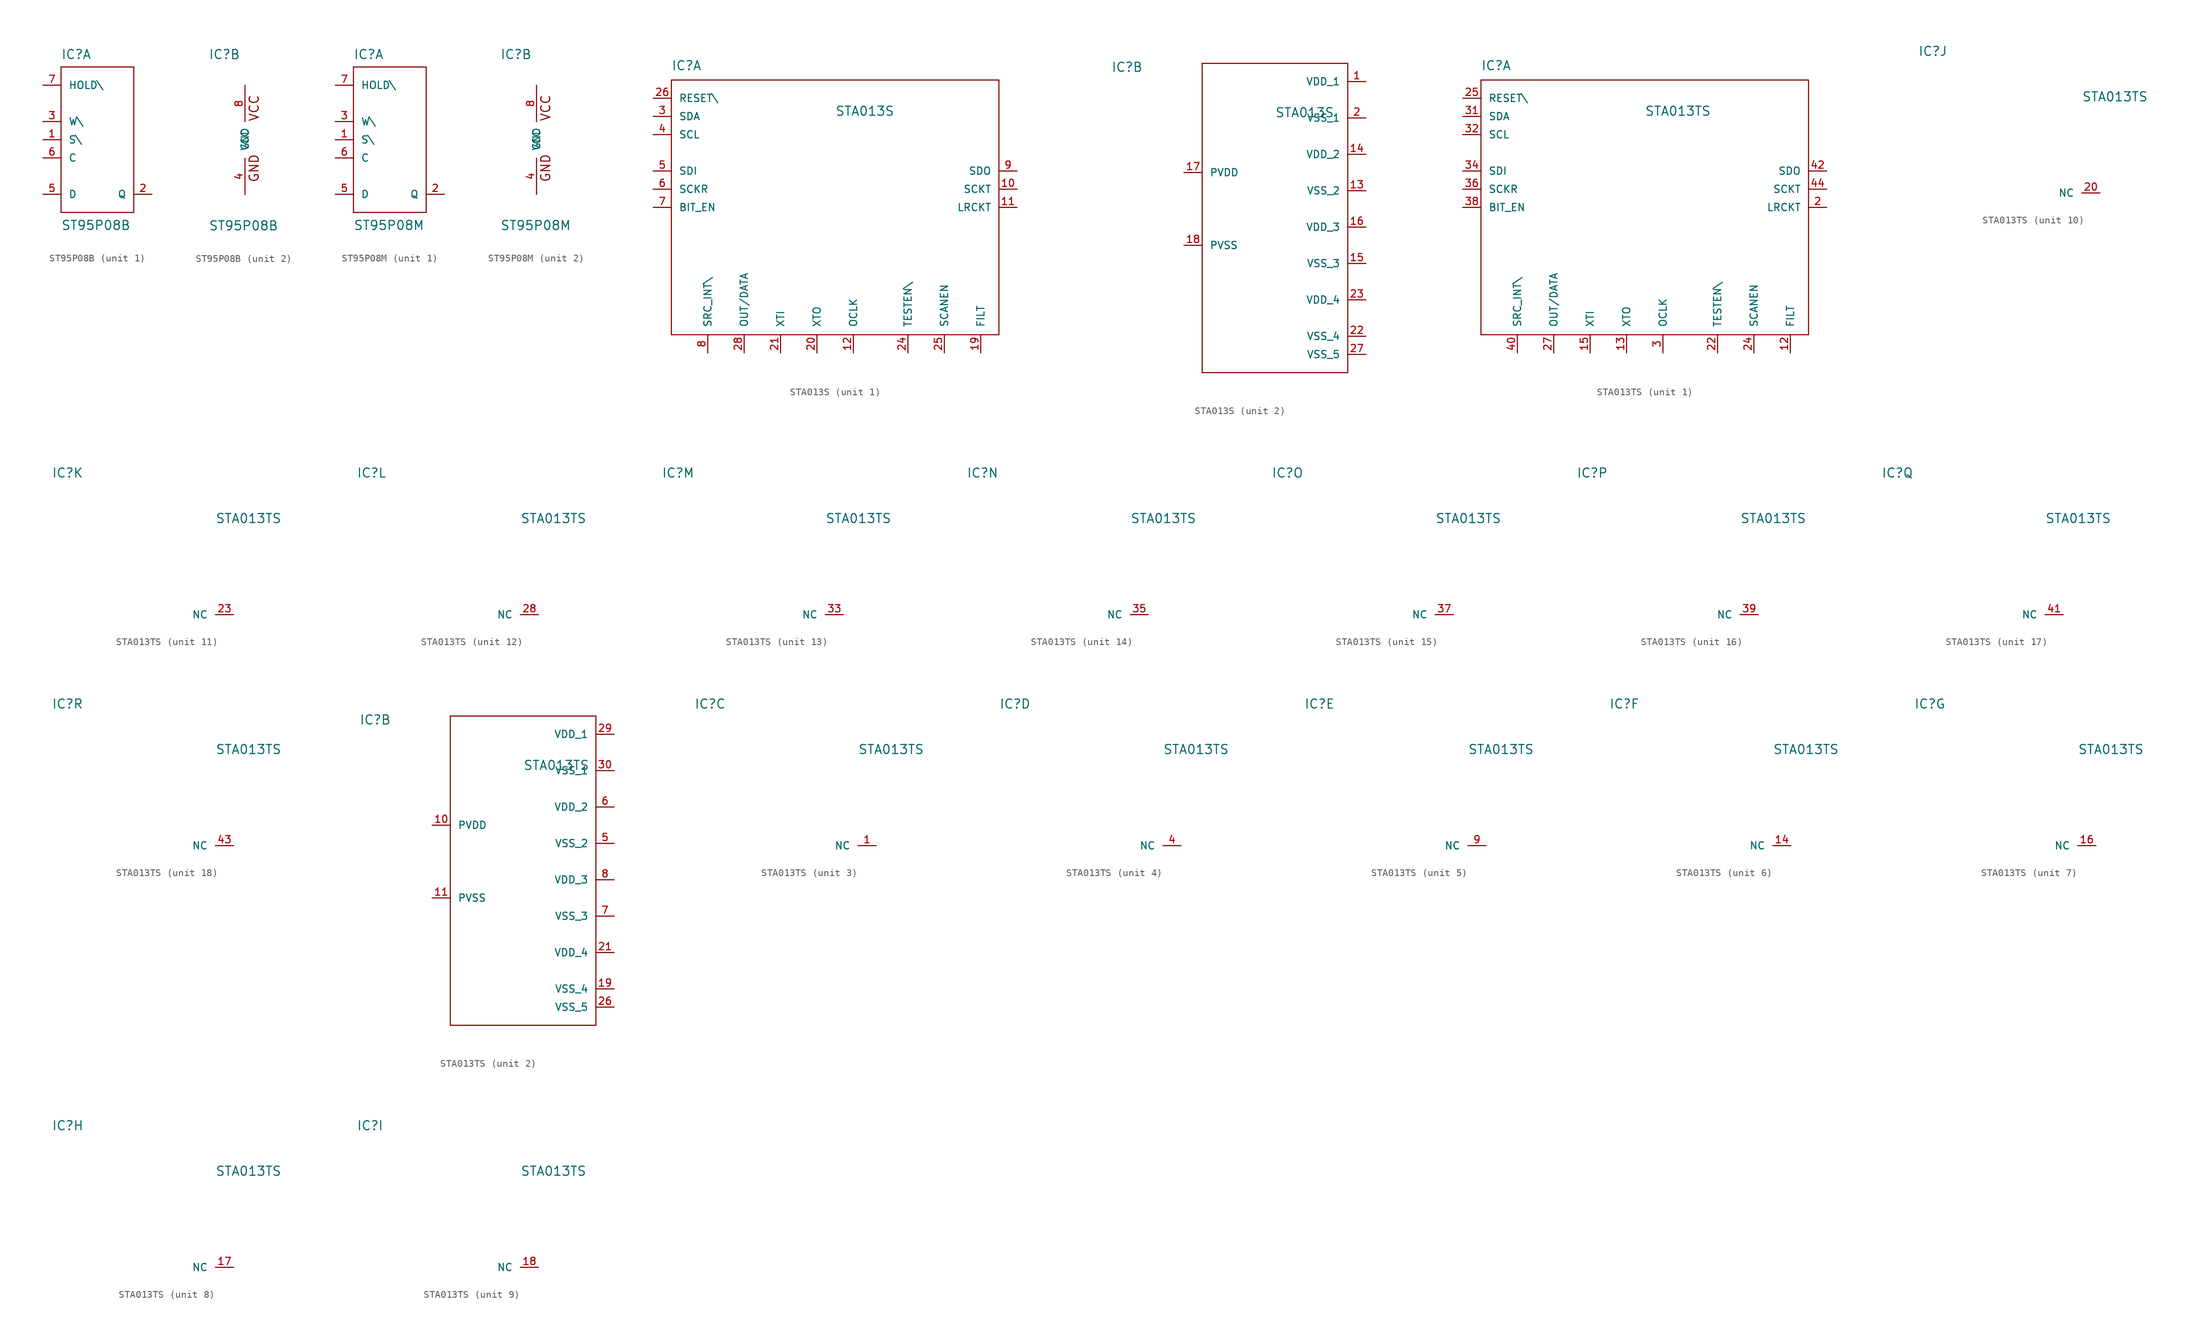
<source format=kicad_sym>
(kicad_symbol_lib
  (version 20211014)
  (generator kicad_symbol_editor)
  (symbol "ST95P08B"
    (pin_names
      (offset 1.016))
    (property "Reference" "IC"
      (at -5.08 11.176 0)
      (effects (font (size 1.27 1.27)) (justify left bottom)))
    (property "Value" "ST95P08B"
      (at -5.08 -12.7 0)
      (effects (font (size 1.27 1.27)) (justify left bottom)))
    (property "ki_locked" ""
      (at 0 0 0)
      (effects (font (size 1.27 1.27))))
    (symbol "ST95P08B_1_0"
      (polyline (pts (xy -5.08 -10.16) (xy 5.08 -10.16)) (stroke (width 0) (type default) (color 0 0 0 0)) (fill (type none)))
      (polyline (pts (xy -5.08 10.16) (xy -5.08 -10.16)) (stroke (width 0) (type default) (color 0 0 0 0)) (fill (type none)))
      (polyline (pts (xy 5.08 -10.16) (xy 5.08 10.16)) (stroke (width 0) (type default) (color 0 0 0 0)) (fill (type none)))
      (polyline (pts (xy 5.08 10.16) (xy -5.08 10.16)) (stroke (width 0) (type default) (color 0 0 0 0)) (fill (type none))))
    (symbol "ST95P08B_1_1"
      (pin input line (at -7.62 0 0) (length 2.54) (name "S\\" (effects (font (size 1.016 1.016)))) (number "1" (effects (font (size 1.016 1.016)))))
      (pin tri_state line (at 7.62 -7.62 180) (length 2.54) (name "Q" (effects (font (size 1.016 1.016)))) (number "2" (effects (font (size 1.016 1.016)))))
      (pin input line (at -7.62 2.54 0) (length 2.54) (name "W\\" (effects (font (size 1.016 1.016)))) (number "3" (effects (font (size 1.016 1.016)))))
      (pin input line (at -7.62 -7.62 0) (length 2.54) (name "D" (effects (font (size 1.016 1.016)))) (number "5" (effects (font (size 1.016 1.016)))))
      (pin input line (at -7.62 -2.54 0) (length 2.54) (name "C" (effects (font (size 1.016 1.016)))) (number "6" (effects (font (size 1.016 1.016)))))
      (pin input line (at -7.62 7.62 0) (length 2.54) (name "HOLD\\" (effects (font (size 1.016 1.016)))) (number "7" (effects (font (size 1.016 1.016))))))
    (symbol "ST95P08B_2_0"
      (text "GND" (at 1.27 -3.937 1) (effects (font (size 1.27 1.27))))
      (text "VCC" (at 1.27 4.445 1) (effects (font (size 1.27 1.27)))))
    (symbol "ST95P08B_2_1"
      (pin power_in line (at 0 -7.62 90) (length 5.08) (name "GND" (effects (font (size 1.016 1.016)))) (number "4" (effects (font (size 1.016 1.016)))))
      (pin power_in line (at 0 7.62 270) (length 5.08) (name "VCC" (effects (font (size 1.016 1.016)))) (number "8" (effects (font (size 1.016 1.016)))))))
  (symbol "ST95P08M"
    (pin_names
      (offset 1.016))
    (property "Reference" "IC"
      (at -5.08 11.176 0)
      (effects (font (size 1.27 1.27)) (justify left bottom)))
    (property "Value" "ST95P08M"
      (at -5.08 -12.7 0)
      (effects (font (size 1.27 1.27)) (justify left bottom)))
    (property "ki_locked" ""
      (at 0 0 0)
      (effects (font (size 1.27 1.27))))
    (symbol "ST95P08M_1_0"
      (polyline (pts (xy -5.08 -10.16) (xy 5.08 -10.16)) (stroke (width 0) (type default) (color 0 0 0 0)) (fill (type none)))
      (polyline (pts (xy -5.08 10.16) (xy -5.08 -10.16)) (stroke (width 0) (type default) (color 0 0 0 0)) (fill (type none)))
      (polyline (pts (xy 5.08 -10.16) (xy 5.08 10.16)) (stroke (width 0) (type default) (color 0 0 0 0)) (fill (type none)))
      (polyline (pts (xy 5.08 10.16) (xy -5.08 10.16)) (stroke (width 0) (type default) (color 0 0 0 0)) (fill (type none))))
    (symbol "ST95P08M_1_1"
      (pin input line (at -7.62 0 0) (length 2.54) (name "S\\" (effects (font (size 1.016 1.016)))) (number "1" (effects (font (size 1.016 1.016)))))
      (pin tri_state line (at 7.62 -7.62 180) (length 2.54) (name "Q" (effects (font (size 1.016 1.016)))) (number "2" (effects (font (size 1.016 1.016)))))
      (pin input line (at -7.62 2.54 0) (length 2.54) (name "W\\" (effects (font (size 1.016 1.016)))) (number "3" (effects (font (size 1.016 1.016)))))
      (pin input line (at -7.62 -7.62 0) (length 2.54) (name "D" (effects (font (size 1.016 1.016)))) (number "5" (effects (font (size 1.016 1.016)))))
      (pin input line (at -7.62 -2.54 0) (length 2.54) (name "C" (effects (font (size 1.016 1.016)))) (number "6" (effects (font (size 1.016 1.016)))))
      (pin input line (at -7.62 7.62 0) (length 2.54) (name "HOLD\\" (effects (font (size 1.016 1.016)))) (number "7" (effects (font (size 1.016 1.016))))))
    (symbol "ST95P08M_2_0"
      (text "GND" (at 1.27 -3.937 1) (effects (font (size 1.27 1.27))))
      (text "VCC" (at 1.27 4.445 1) (effects (font (size 1.27 1.27)))))
    (symbol "ST95P08M_2_1"
      (pin power_in line (at 0 -7.62 90) (length 5.08) (name "GND" (effects (font (size 1.016 1.016)))) (number "4" (effects (font (size 1.016 1.016)))))
      (pin power_in line (at 0 7.62 270) (length 5.08) (name "VCC" (effects (font (size 1.016 1.016)))) (number "8" (effects (font (size 1.016 1.016)))))))
  (symbol "STA013S"
    (pin_names
      (offset 1.016))
    (property "Reference" "IC"
      (at -22.86 19.05 0)
      (effects (font (size 1.27 1.27)) (justify left bottom)))
    (property "Value" "STA013S"
      (at 0 12.7 0)
      (effects (font (size 1.27 1.27)) (justify left bottom)))
    (property "ki_locked" ""
      (at 0 0 0)
      (effects (font (size 1.27 1.27))))
    (symbol "STA013S_1_0"
      (polyline (pts (xy -22.86 -17.78) (xy -22.86 17.78)) (stroke (width 0) (type default) (color 0 0 0 0)) (fill (type none)))
      (polyline (pts (xy -22.86 17.78) (xy 22.86 17.78)) (stroke (width 0) (type default) (color 0 0 0 0)) (fill (type none)))
      (polyline (pts (xy 22.86 -17.78) (xy -22.86 -17.78)) (stroke (width 0) (type default) (color 0 0 0 0)) (fill (type none)))
      (polyline (pts (xy 22.86 17.78) (xy 22.86 -17.78)) (stroke (width 0) (type default) (color 0 0 0 0)) (fill (type none))))
    (symbol "STA013S_1_1"
      (pin output line (at 25.4 2.54 180) (length 2.54) (name "SCKT" (effects (font (size 1.016 1.016)))) (number "10" (effects (font (size 1.016 1.016)))))
      (pin output line (at 25.4 0 180) (length 2.54) (name "LRCKT" (effects (font (size 1.016 1.016)))) (number "11" (effects (font (size 1.016 1.016)))))
      (pin bidirectional line (at 2.54 -20.32 90) (length 2.54) (name "OCLK" (effects (font (size 1.016 1.016)))) (number "12" (effects (font (size 1.016 1.016)))))
      (pin output line (at 20.32 -20.32 90) (length 2.54) (name "FILT" (effects (font (size 1.016 1.016)))) (number "19" (effects (font (size 1.016 1.016)))))
      (pin output line (at -2.54 -20.32 90) (length 2.54) (name "XTO" (effects (font (size 1.016 1.016)))) (number "20" (effects (font (size 1.016 1.016)))))
      (pin input line (at -7.62 -20.32 90) (length 2.54) (name "XTI" (effects (font (size 1.016 1.016)))) (number "21" (effects (font (size 1.016 1.016)))))
      (pin input line (at 10.16 -20.32 90) (length 2.54) (name "TESTEN\\" (effects (font (size 1.016 1.016)))) (number "24" (effects (font (size 1.016 1.016)))))
      (pin input line (at 15.24 -20.32 90) (length 2.54) (name "SCANEN" (effects (font (size 1.016 1.016)))) (number "25" (effects (font (size 1.016 1.016)))))
      (pin input line (at -25.4 15.24 0) (length 2.54) (name "RESET\\" (effects (font (size 1.016 1.016)))) (number "26" (effects (font (size 1.016 1.016)))))
      (pin output line (at -12.7 -20.32 90) (length 2.54) (name "OUT/DATA" (effects (font (size 1.016 1.016)))) (number "28" (effects (font (size 1.016 1.016)))))
      (pin bidirectional line (at -25.4 12.7 0) (length 2.54) (name "SDA" (effects (font (size 1.016 1.016)))) (number "3" (effects (font (size 1.016 1.016)))))
      (pin input line (at -25.4 10.16 0) (length 2.54) (name "SCL" (effects (font (size 1.016 1.016)))) (number "4" (effects (font (size 1.016 1.016)))))
      (pin input line (at -25.4 5.08 0) (length 2.54) (name "SDI" (effects (font (size 1.016 1.016)))) (number "5" (effects (font (size 1.016 1.016)))))
      (pin input line (at -25.4 2.54 0) (length 2.54) (name "SCKR" (effects (font (size 1.016 1.016)))) (number "6" (effects (font (size 1.016 1.016)))))
      (pin input line (at -25.4 0 0) (length 2.54) (name "BIT_EN" (effects (font (size 1.016 1.016)))) (number "7" (effects (font (size 1.016 1.016)))))
      (pin input line (at -17.78 -20.32 90) (length 2.54) (name "SRC_INT\\" (effects (font (size 1.016 1.016)))) (number "8" (effects (font (size 1.016 1.016)))))
      (pin output line (at 25.4 5.08 180) (length 2.54) (name "SDO" (effects (font (size 1.016 1.016)))) (number "9" (effects (font (size 1.016 1.016))))))
    (symbol "STA013S_2_0"
      (polyline (pts (xy -10.16 -22.86) (xy -10.16 20.32)) (stroke (width 0) (type default) (color 0 0 0 0)) (fill (type none)))
      (polyline (pts (xy -10.16 20.32) (xy 10.16 20.32)) (stroke (width 0) (type default) (color 0 0 0 0)) (fill (type none)))
      (polyline (pts (xy 10.16 -22.86) (xy -10.16 -22.86)) (stroke (width 0) (type default) (color 0 0 0 0)) (fill (type none)))
      (polyline (pts (xy 10.16 20.32) (xy 10.16 -22.86)) (stroke (width 0) (type default) (color 0 0 0 0)) (fill (type none))))
    (symbol "STA013S_2_1"
      (pin power_in line (at 12.7 17.78 180) (length 2.54) (name "VDD_1" (effects (font (size 1.016 1.016)))) (number "1" (effects (font (size 1.016 1.016)))))
      (pin power_in line (at 12.7 2.54 180) (length 2.54) (name "VSS_2" (effects (font (size 1.016 1.016)))) (number "13" (effects (font (size 1.016 1.016)))))
      (pin power_in line (at 12.7 7.62 180) (length 2.54) (name "VDD_2" (effects (font (size 1.016 1.016)))) (number "14" (effects (font (size 1.016 1.016)))))
      (pin power_in line (at 12.7 -7.62 180) (length 2.54) (name "VSS_3" (effects (font (size 1.016 1.016)))) (number "15" (effects (font (size 1.016 1.016)))))
      (pin power_in line (at 12.7 -2.54 180) (length 2.54) (name "VDD_3" (effects (font (size 1.016 1.016)))) (number "16" (effects (font (size 1.016 1.016)))))
      (pin power_in line (at -12.7 5.08 0) (length 2.54) (name "PVDD" (effects (font (size 1.016 1.016)))) (number "17" (effects (font (size 1.016 1.016)))))
      (pin power_in line (at -12.7 -5.08 0) (length 2.54) (name "PVSS" (effects (font (size 1.016 1.016)))) (number "18" (effects (font (size 1.016 1.016)))))
      (pin power_in line (at 12.7 12.7 180) (length 2.54) (name "VSS_1" (effects (font (size 1.016 1.016)))) (number "2" (effects (font (size 1.016 1.016)))))
      (pin power_in line (at 12.7 -17.78 180) (length 2.54) (name "VSS_4" (effects (font (size 1.016 1.016)))) (number "22" (effects (font (size 1.016 1.016)))))
      (pin power_in line (at 12.7 -12.7 180) (length 2.54) (name "VDD_4" (effects (font (size 1.016 1.016)))) (number "23" (effects (font (size 1.016 1.016)))))
      (pin power_in line (at 12.7 -20.32 180) (length 2.54) (name "VSS_5" (effects (font (size 1.016 1.016)))) (number "27" (effects (font (size 1.016 1.016)))))))
  (symbol "STA013TS"
    (pin_names
      (offset 1.016))
    (property "Reference" "IC"
      (at -22.86 19.05 0)
      (effects (font (size 1.27 1.27)) (justify left bottom)))
    (property "Value" "STA013TS"
      (at 0 12.7 0)
      (effects (font (size 1.27 1.27)) (justify left bottom)))
    (property "ki_locked" ""
      (at 0 0 0)
      (effects (font (size 1.27 1.27))))
    (symbol "STA013TS_1_0"
      (polyline (pts (xy -22.86 -17.78) (xy -22.86 17.78)) (stroke (width 0) (type default) (color 0 0 0 0)) (fill (type none)))
      (polyline (pts (xy -22.86 17.78) (xy 22.86 17.78)) (stroke (width 0) (type default) (color 0 0 0 0)) (fill (type none)))
      (polyline (pts (xy 22.86 -17.78) (xy -22.86 -17.78)) (stroke (width 0) (type default) (color 0 0 0 0)) (fill (type none)))
      (polyline (pts (xy 22.86 17.78) (xy 22.86 -17.78)) (stroke (width 0) (type default) (color 0 0 0 0)) (fill (type none))))
    (symbol "STA013TS_1_1"
      (pin output line (at 20.32 -20.32 90) (length 2.54) (name "FILT" (effects (font (size 1.016 1.016)))) (number "12" (effects (font (size 1.016 1.016)))))
      (pin output line (at -2.54 -20.32 90) (length 2.54) (name "XTO" (effects (font (size 1.016 1.016)))) (number "13" (effects (font (size 1.016 1.016)))))
      (pin input line (at -7.62 -20.32 90) (length 2.54) (name "XTI" (effects (font (size 1.016 1.016)))) (number "15" (effects (font (size 1.016 1.016)))))
      (pin output line (at 25.4 0 180) (length 2.54) (name "LRCKT" (effects (font (size 1.016 1.016)))) (number "2" (effects (font (size 1.016 1.016)))))
      (pin input line (at 10.16 -20.32 90) (length 2.54) (name "TESTEN\\" (effects (font (size 1.016 1.016)))) (number "22" (effects (font (size 1.016 1.016)))))
      (pin input line (at 15.24 -20.32 90) (length 2.54) (name "SCANEN" (effects (font (size 1.016 1.016)))) (number "24" (effects (font (size 1.016 1.016)))))
      (pin input line (at -25.4 15.24 0) (length 2.54) (name "RESET\\" (effects (font (size 1.016 1.016)))) (number "25" (effects (font (size 1.016 1.016)))))
      (pin output line (at -12.7 -20.32 90) (length 2.54) (name "OUT/DATA" (effects (font (size 1.016 1.016)))) (number "27" (effects (font (size 1.016 1.016)))))
      (pin bidirectional line (at 2.54 -20.32 90) (length 2.54) (name "OCLK" (effects (font (size 1.016 1.016)))) (number "3" (effects (font (size 1.016 1.016)))))
      (pin bidirectional line (at -25.4 12.7 0) (length 2.54) (name "SDA" (effects (font (size 1.016 1.016)))) (number "31" (effects (font (size 1.016 1.016)))))
      (pin input line (at -25.4 10.16 0) (length 2.54) (name "SCL" (effects (font (size 1.016 1.016)))) (number "32" (effects (font (size 1.016 1.016)))))
      (pin input line (at -25.4 5.08 0) (length 2.54) (name "SDI" (effects (font (size 1.016 1.016)))) (number "34" (effects (font (size 1.016 1.016)))))
      (pin input line (at -25.4 2.54 0) (length 2.54) (name "SCKR" (effects (font (size 1.016 1.016)))) (number "36" (effects (font (size 1.016 1.016)))))
      (pin input line (at -25.4 0 0) (length 2.54) (name "BIT_EN" (effects (font (size 1.016 1.016)))) (number "38" (effects (font (size 1.016 1.016)))))
      (pin input line (at -17.78 -20.32 90) (length 2.54) (name "SRC_INT\\" (effects (font (size 1.016 1.016)))) (number "40" (effects (font (size 1.016 1.016)))))
      (pin output line (at 25.4 5.08 180) (length 2.54) (name "SDO" (effects (font (size 1.016 1.016)))) (number "42" (effects (font (size 1.016 1.016)))))
      (pin output line (at 25.4 2.54 180) (length 2.54) (name "SCKT" (effects (font (size 1.016 1.016)))) (number "44" (effects (font (size 1.016 1.016))))))
    (symbol "STA013TS_2_0"
      (polyline (pts (xy -10.16 -22.86) (xy -10.16 20.32)) (stroke (width 0) (type default) (color 0 0 0 0)) (fill (type none)))
      (polyline (pts (xy -10.16 20.32) (xy 10.16 20.32)) (stroke (width 0) (type default) (color 0 0 0 0)) (fill (type none)))
      (polyline (pts (xy 10.16 -22.86) (xy -10.16 -22.86)) (stroke (width 0) (type default) (color 0 0 0 0)) (fill (type none)))
      (polyline (pts (xy 10.16 20.32) (xy 10.16 -22.86)) (stroke (width 0) (type default) (color 0 0 0 0)) (fill (type none))))
    (symbol "STA013TS_2_1"
      (pin power_in line (at -12.7 5.08 0) (length 2.54) (name "PVDD" (effects (font (size 1.016 1.016)))) (number "10" (effects (font (size 1.016 1.016)))))
      (pin power_in line (at -12.7 -5.08 0) (length 2.54) (name "PVSS" (effects (font (size 1.016 1.016)))) (number "11" (effects (font (size 1.016 1.016)))))
      (pin power_in line (at 12.7 -17.78 180) (length 2.54) (name "VSS_4" (effects (font (size 1.016 1.016)))) (number "19" (effects (font (size 1.016 1.016)))))
      (pin power_in line (at 12.7 -12.7 180) (length 2.54) (name "VDD_4" (effects (font (size 1.016 1.016)))) (number "21" (effects (font (size 1.016 1.016)))))
      (pin power_in line (at 12.7 -20.32 180) (length 2.54) (name "VSS_5" (effects (font (size 1.016 1.016)))) (number "26" (effects (font (size 1.016 1.016)))))
      (pin power_in line (at 12.7 17.78 180) (length 2.54) (name "VDD_1" (effects (font (size 1.016 1.016)))) (number "29" (effects (font (size 1.016 1.016)))))
      (pin power_in line (at 12.7 12.7 180) (length 2.54) (name "VSS_1" (effects (font (size 1.016 1.016)))) (number "30" (effects (font (size 1.016 1.016)))))
      (pin power_in line (at 12.7 2.54 180) (length 2.54) (name "VSS_2" (effects (font (size 1.016 1.016)))) (number "5" (effects (font (size 1.016 1.016)))))
      (pin power_in line (at 12.7 7.62 180) (length 2.54) (name "VDD_2" (effects (font (size 1.016 1.016)))) (number "6" (effects (font (size 1.016 1.016)))))
      (pin power_in line (at 12.7 -7.62 180) (length 2.54) (name "VSS_3" (effects (font (size 1.016 1.016)))) (number "7" (effects (font (size 1.016 1.016)))))
      (pin power_in line (at 12.7 -2.54 180) (length 2.54) (name "VDD_3" (effects (font (size 1.016 1.016)))) (number "8" (effects (font (size 1.016 1.016))))))
    (symbol "STA013TS_3_1"
      (pin unspecified line (at 2.54 0 180) (length 2.54) (name "NC" (effects (font (size 1.016 1.016)))) (number "1" (effects (font (size 1.016 1.016))))))
    (symbol "STA013TS_4_1"
      (pin unspecified line (at 2.54 0 180) (length 2.54) (name "NC" (effects (font (size 1.016 1.016)))) (number "4" (effects (font (size 1.016 1.016))))))
    (symbol "STA013TS_5_1"
      (pin unspecified line (at 2.54 0 180) (length 2.54) (name "NC" (effects (font (size 1.016 1.016)))) (number "9" (effects (font (size 1.016 1.016))))))
    (symbol "STA013TS_6_1"
      (pin unspecified line (at 2.54 0 180) (length 2.54) (name "NC" (effects (font (size 1.016 1.016)))) (number "14" (effects (font (size 1.016 1.016))))))
    (symbol "STA013TS_7_1"
      (pin unspecified line (at 2.54 0 180) (length 2.54) (name "NC" (effects (font (size 1.016 1.016)))) (number "16" (effects (font (size 1.016 1.016))))))
    (symbol "STA013TS_8_1"
      (pin unspecified line (at 2.54 0 180) (length 2.54) (name "NC" (effects (font (size 1.016 1.016)))) (number "17" (effects (font (size 1.016 1.016))))))
    (symbol "STA013TS_9_1"
      (pin unspecified line (at 2.54 0 180) (length 2.54) (name "NC" (effects (font (size 1.016 1.016)))) (number "18" (effects (font (size 1.016 1.016))))))
    (symbol "STA013TS_10_1"
      (pin unspecified line (at 2.54 0 180) (length 2.54) (name "NC" (effects (font (size 1.016 1.016)))) (number "20" (effects (font (size 1.016 1.016))))))
    (symbol "STA013TS_11_1"
      (pin unspecified line (at 2.54 0 180) (length 2.54) (name "NC" (effects (font (size 1.016 1.016)))) (number "23" (effects (font (size 1.016 1.016))))))
    (symbol "STA013TS_12_1"
      (pin unspecified line (at 2.54 0 180) (length 2.54) (name "NC" (effects (font (size 1.016 1.016)))) (number "28" (effects (font (size 1.016 1.016))))))
    (symbol "STA013TS_13_1"
      (pin unspecified line (at 2.54 0 180) (length 2.54) (name "NC" (effects (font (size 1.016 1.016)))) (number "33" (effects (font (size 1.016 1.016))))))
    (symbol "STA013TS_14_1"
      (pin unspecified line (at 2.54 0 180) (length 2.54) (name "NC" (effects (font (size 1.016 1.016)))) (number "35" (effects (font (size 1.016 1.016))))))
    (symbol "STA013TS_15_1"
      (pin unspecified line (at 2.54 0 180) (length 2.54) (name "NC" (effects (font (size 1.016 1.016)))) (number "37" (effects (font (size 1.016 1.016))))))
    (symbol "STA013TS_16_1"
      (pin unspecified line (at 2.54 0 180) (length 2.54) (name "NC" (effects (font (size 1.016 1.016)))) (number "39" (effects (font (size 1.016 1.016))))))
    (symbol "STA013TS_17_1"
      (pin unspecified line (at 2.54 0 180) (length 2.54) (name "NC" (effects (font (size 1.016 1.016)))) (number "41" (effects (font (size 1.016 1.016))))))
    (symbol "STA013TS_18_1"
      (pin unspecified line (at 2.54 0 180) (length 2.54) (name "NC" (effects (font (size 1.016 1.016)))) (number "43" (effects (font (size 1.016 1.016))))))))
</source>
